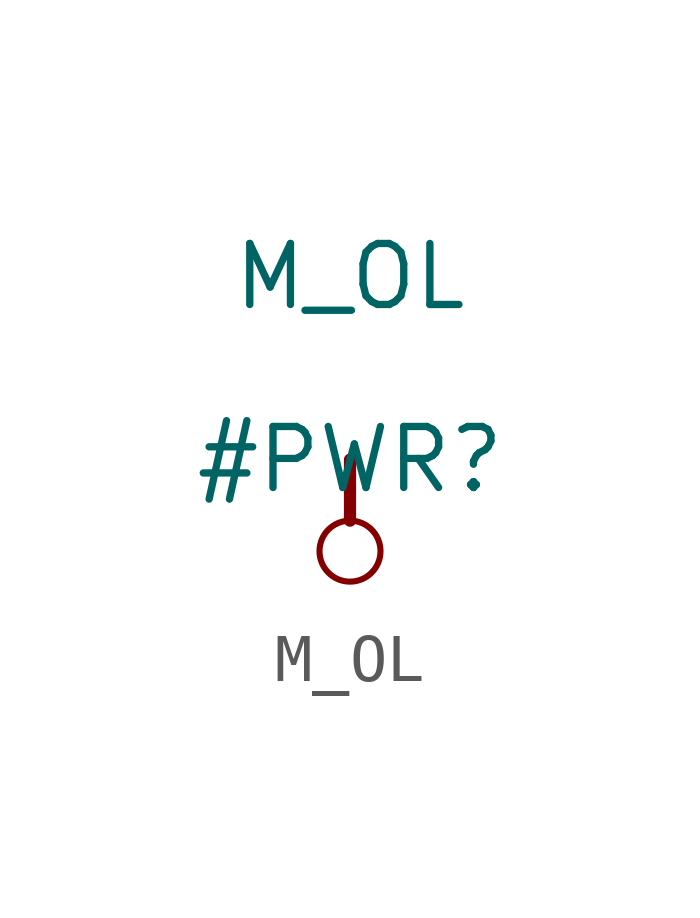
<source format=kicad_sym>
(kicad_symbol_lib
  (version 20211014)
  (generator kicad_symbol_editor)
  (symbol "M_OL"
    (power)
    (property "Reference" "#PWR"
      (at 0 0 0)
      (effects (font (size 1.27 1.27))))
    (property "Value" "M_OL"
      (at 0 3.81 0)
      (effects (font (size 1.27 1.27))))
    (symbol "M_OL_0_0"
      (circle (center 0 -1.905) (radius 0.635) (stroke (width 0.127) (type default) (color 0 0 0 0)) (fill (type none)))
      (polyline (pts (xy 0 0) (xy 0 -1.27)) (stroke (width 0.254) (type default) (color 0 0 0 0)) (fill (type none)))
      (pin power_in line (at 0 0 0) (length 0) hide (name "M_OL" (effects (font (size 1.27 1.27)))) (number "" (effects (font (size 1.27 1.27))))))))
</source>
